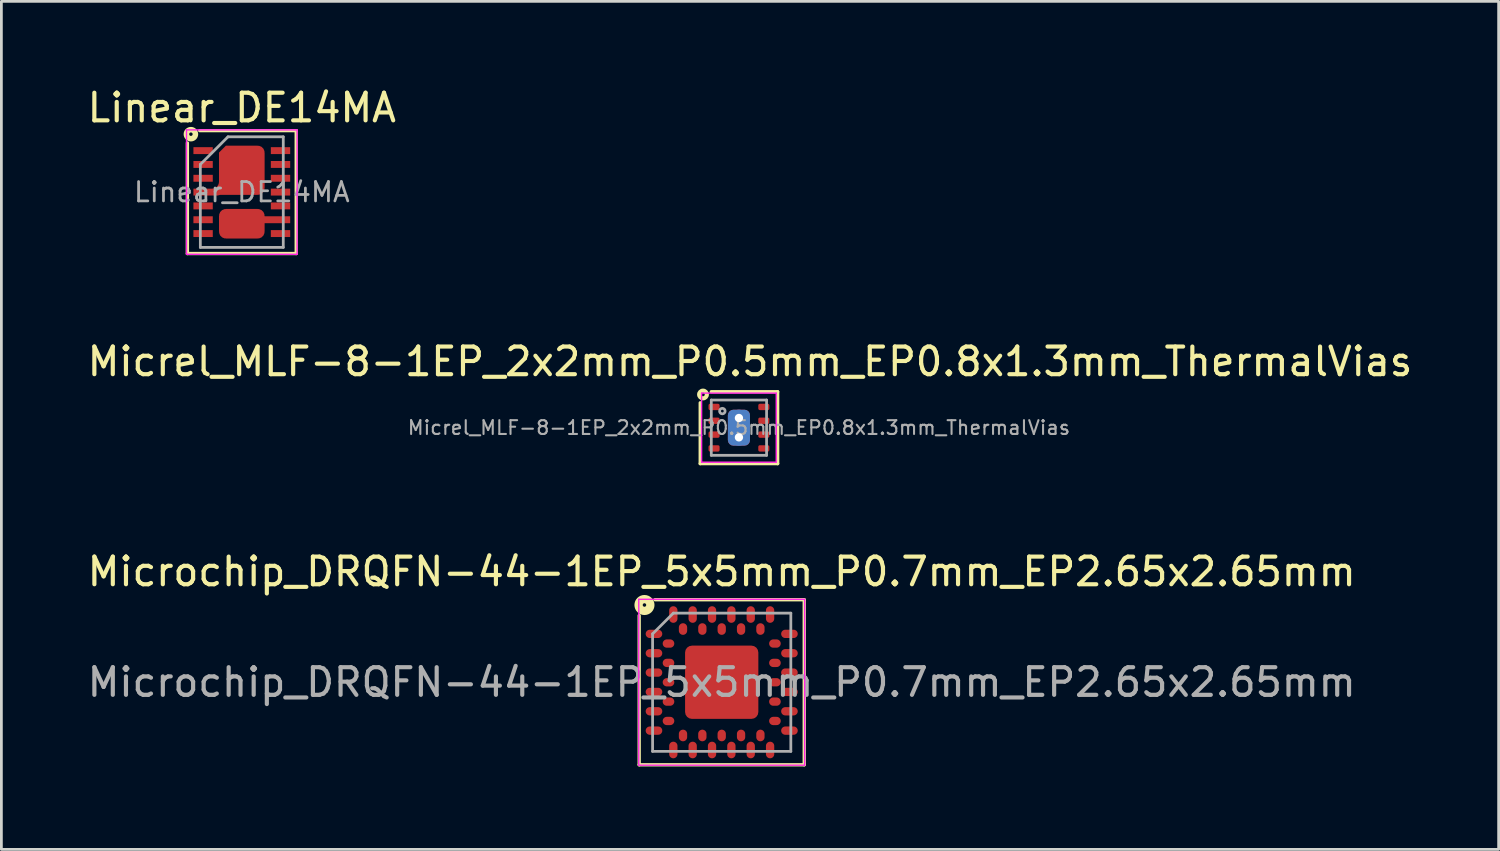
<source format=kicad_pcb>
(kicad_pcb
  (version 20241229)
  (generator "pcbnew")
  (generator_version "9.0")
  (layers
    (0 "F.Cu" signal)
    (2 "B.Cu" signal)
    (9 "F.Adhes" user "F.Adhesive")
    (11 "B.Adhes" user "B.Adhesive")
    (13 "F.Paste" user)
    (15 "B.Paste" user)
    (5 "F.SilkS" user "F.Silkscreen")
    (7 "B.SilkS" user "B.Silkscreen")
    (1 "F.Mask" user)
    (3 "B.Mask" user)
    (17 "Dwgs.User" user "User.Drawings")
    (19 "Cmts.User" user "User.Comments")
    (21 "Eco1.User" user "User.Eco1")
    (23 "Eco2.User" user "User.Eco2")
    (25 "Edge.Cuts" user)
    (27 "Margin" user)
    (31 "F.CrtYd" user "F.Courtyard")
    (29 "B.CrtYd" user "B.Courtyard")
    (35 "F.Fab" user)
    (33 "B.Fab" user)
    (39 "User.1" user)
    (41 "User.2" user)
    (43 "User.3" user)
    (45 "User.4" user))
  (footprint "Micrel_MLF-8-1EP_2x2mm_P0.5mm_EP0.8x1.3mm_ThermalVias"
    (layer "F.Cu")
    (at 23.677 12.419)
    (property "Reference" "Micrel_MLF-8-1EP_2x2mm_P0.5mm_EP0.8x1.3mm_ThermalVias" (at 0.4 -2.39 0) (layer "F.SilkS") (effects (font (size 1 1) (thickness 0.15))))
    (attr smd)
    (fp_line (start -1.4 1.3) (end -1.4 -0.9) (stroke (width 0.12) (type solid)) (layer "F.SilkS"))
    (fp_line (start -1 -1.3) (end 1.4 -1.3) (stroke (width 0.12) (type solid)) (layer "F.SilkS"))
    (fp_line (start 1.4 -1.3) (end 1.4 1.3) (stroke (width 0.12) (type solid)) (layer "F.SilkS"))
    (fp_line (start 1.4 1.3) (end -1.4 1.3) (stroke (width 0.12) (type solid)) (layer "F.SilkS"))
    (fp_circle (center -1.3 -1.2) (end -1.236 -1.2) (stroke (width 0.15) (type solid)) (fill no) (layer "F.SilkS"))
    (fp_line (start -1.35 -1.25) (end -1.35 1.25) (stroke (width 0.05) (type solid)) (layer "F.CrtYd"))
    (fp_line (start -1.35 -1.25) (end 1.35 -1.25) (stroke (width 0.05) (type solid)) (layer "F.CrtYd"))
    (fp_line (start 1.35 1.25) (end -1.35 1.25) (stroke (width 0.05) (type solid)) (layer "F.CrtYd"))
    (fp_line (start 1.35 1.25) (end 1.35 -1.25) (stroke (width 0.05) (type solid)) (layer "F.CrtYd"))
    (fp_line (start -1 -1) (end -1 1) (stroke (width 0.1) (type solid)) (layer "F.Fab"))
    (fp_line (start -1 -1) (end 1 -1) (stroke (width 0.1) (type solid)) (layer "F.Fab"))
    (fp_line (start 1 1) (end -1 1) (stroke (width 0.1) (type solid)) (layer "F.Fab"))
    (fp_line (start 1 1) (end 1 -1) (stroke (width 0.1) (type solid)) (layer "F.Fab"))
    (fp_circle (center -0.6 -0.6) (end -0.5 -0.6) (stroke (width 0.1) (type solid)) (fill no) (layer "F.Fab"))
    (fp_text user "${REFERENCE}" (at 0 0 0) (layer "F.Fab") (effects (font (size 0.5 0.5) (thickness 0.075))))
    (pad "" smd roundrect (at 0 -0.35) (size 0.55 0.55) (layers "F.Paste") (roundrect_rratio 0.25))
    (pad "" smd roundrect (at 0 0.35) (size 0.55 0.55) (layers "F.Paste") (roundrect_rratio 0.25))
    (pad "1" smd roundrect (at -0.9 -0.75) (size 0.4 0.23) (layers "F.Cu" "F.Mask" "F.Paste") (roundrect_rratio 0.25))
    (pad "2" smd roundrect (at -0.9 -0.25) (size 0.4 0.23) (layers "F.Cu" "F.Mask" "F.Paste") (roundrect_rratio 0.25))
    (pad "3" smd roundrect (at -0.9 0.25) (size 0.4 0.23) (layers "F.Cu" "F.Mask" "F.Paste") (roundrect_rratio 0.25))
    (pad "4" smd roundrect (at -0.9 0.75) (size 0.4 0.23) (layers "F.Cu" "F.Mask" "F.Paste") (roundrect_rratio 0.25))
    (pad "5" smd roundrect (at 0.9 0.75) (size 0.4 0.23) (layers "F.Cu" "F.Mask" "F.Paste") (roundrect_rratio 0.25))
    (pad "6" smd roundrect (at 0.9 0.25) (size 0.4 0.23) (layers "F.Cu" "F.Mask" "F.Paste") (roundrect_rratio 0.25))
    (pad "7" smd roundrect (at 0.9 -0.25) (size 0.4 0.23) (layers "F.Cu" "F.Mask" "F.Paste") (roundrect_rratio 0.25))
    (pad "8" smd roundrect (at 0.9 -0.75) (size 0.4 0.23) (layers "F.Cu" "F.Mask" "F.Paste") (roundrect_rratio 0.25))
    (pad "9" thru_hole circle (at 0 -0.35) (size 0.6 0.6) (drill 0.3) (property pad_prop_heatsink) (layers "*.Cu"))
    (pad "9" smd roundrect (at 0 0) (size 0.8 1.3) (layers "F.Cu" "F.Mask") (roundrect_rratio 0.25))
    (pad "9" smd roundrect (at 0 0) (size 0.8 1.3) (layers "B.Cu" "B.Mask") (roundrect_rratio 0.25))
    (pad "9" thru_hole circle (at 0 0.35) (size 0.6 0.6) (drill 0.3) (property pad_prop_heatsink) (layers "*.Cu")))
  (footprint "Linear_DE14MA"
    (layer "F.Cu")
    (at 5.696 3.898)
    (property "Reference" "Linear_DE14MA" (at 0 -3.05 0) (layer "F.SilkS") (effects (font (size 1 1) (thickness 0.15))))
    (attr smd)
    (fp_line (start -1.968 2.223) (end -1.968 -1.778) (stroke (width 0.12) (type solid)) (layer "F.SilkS"))
    (fp_line (start -1.524 -2.223) (end 1.968 -2.223) (stroke (width 0.12) (type solid)) (layer "F.SilkS"))
    (fp_line (start 1.968 -2.223) (end 1.968 2.223) (stroke (width 0.12) (type solid)) (layer "F.SilkS"))
    (fp_line (start 1.968 2.223) (end -1.968 2.223) (stroke (width 0.12) (type solid)) (layer "F.SilkS"))
    (fp_circle (center -1.841 -2.095) (end -1.778 -2.095) (stroke (width 0.2) (type solid)) (fill no) (layer "F.SilkS"))
    (fp_line (start -2 -2.25) (end -2 2.25) (stroke (width 0.05) (type solid)) (layer "F.CrtYd"))
    (fp_line (start -2 -2.25) (end 2 -2.25) (stroke (width 0.05) (type solid)) (layer "F.CrtYd"))
    (fp_line (start -2 2.25) (end 2 2.25) (stroke (width 0.05) (type solid)) (layer "F.CrtYd"))
    (fp_line (start 2 -2.25) (end 2 2.25) (stroke (width 0.05) (type solid)) (layer "F.CrtYd"))
    (fp_line (start -1.5 -1) (end -0.5 -2) (stroke (width 0.1) (type solid)) (layer "F.Fab"))
    (fp_line (start -1.5 2) (end -1.5 -1) (stroke (width 0.1) (type solid)) (layer "F.Fab"))
    (fp_line (start -0.5 -2) (end 1.5 -2) (stroke (width 0.1) (type solid)) (layer "F.Fab"))
    (fp_line (start 1.5 -2) (end 1.5 2) (stroke (width 0.1) (type solid)) (layer "F.Fab"))
    (fp_line (start 1.5 2) (end -1.5 2) (stroke (width 0.1) (type solid)) (layer "F.Fab"))
    (fp_text user "${REFERENCE}" (at 0 0 0) (layer "F.Fab") (effects (font (size 0.7 0.7) (thickness 0.1))))
    (pad "1" smd rect (at -1.4 -1.5) (size 0.7 0.25) (layers "F.Cu" "F.Mask" "F.Paste"))
    (pad "2" smd rect (at -1.4 -1) (size 0.7 0.25) (layers "F.Cu" "F.Mask" "F.Paste"))
    (pad "3" smd rect (at -1.4 -0.5) (size 0.7 0.25) (layers "F.Cu" "F.Mask" "F.Paste"))
    (pad "4" smd custom (at 0 -0.79) (size 1.65 1.28) (layers "F.Cu" "F.Mask" "F.Paste") (options (anchor rect)) (primitives (gr_circle (center 0.575 -0.64) (end 0.825 -0.64) (width 0) (fill yes)) (gr_circle (center 0.575 0.64) (end 0.825 0.64) (width 0) (fill yes)) (gr_poly (pts (xy -0.575 -0.89) (xy 0.575 -0.89) (xy 0.575 0.89) (xy -0.825 0.89) (xy -0.825 -0.64)) (width 0) (fill yes)) (gr_poly (pts (xy -0.78 0.665) (xy -1.75 0.665) (xy -1.75 0.915) (xy -0.88 0.915) (xy -0.78 0.89)) (width 0) (fill yes)) (gr_poly (pts (xy -1.075 0.665) (xy -1.025 0.66) (xy -0.977 0.645) (xy -0.935 0.622) (xy -0.897 0.591) (xy -0.866 0.552) (xy -0.844 0.511) (xy -0.83 0.464) (xy -0.825 0.415) (xy -0.825 0.665)) (width 0.001) (fill yes))))
    (pad "5" smd rect (at -1.4 0.5) (size 0.7 0.25) (layers "F.Cu" "F.Mask" "F.Paste"))
    (pad "6" smd rect (at -1.4 1) (size 0.7 0.25) (layers "F.Cu" "F.Mask" "F.Paste"))
    (pad "7" smd rect (at -1.4 1.5) (size 0.7 0.25) (layers "F.Cu" "F.Mask" "F.Paste"))
    (pad "8" smd rect (at 1.4 1.5) (size 0.7 0.25) (layers "F.Cu" "F.Mask" "F.Paste"))
    (pad "9" smd custom (at 0 1.145) (size 1.15 1.07) (layers "F.Cu" "F.Mask" "F.Paste") (options (anchor rect)) (primitives (gr_circle (center -0.575 -0.285) (end -0.325 -0.285) (width 0) (fill yes)) (gr_circle (center 0.575 -0.285) (end 0.825 -0.285) (width 0) (fill yes)) (gr_circle (center -0.575 0.285) (end -0.325 0.285) (width 0) (fill yes)) (gr_circle (center 0.575 0.285) (end 0.825 0.285) (width 0) (fill yes)) (gr_poly (pts (xy -0.825 -0.285) (xy 0.825 -0.285) (xy 0.825 0.285) (xy -0.825 0.285)) (width 0) (fill yes)) (gr_poly (pts (xy 0.825 -0.27) (xy 1.75 -0.27) (xy 1.75 -0.02) (xy 0.825 -0.02)) (width 0) (fill yes))))
    (pad "10" smd rect (at 1.4 0.5) (size 0.7 0.25) (layers "F.Cu" "F.Mask" "F.Paste"))
    (pad "11" smd rect (at 1.4 0) (size 0.7 0.25) (layers "F.Cu" "F.Mask" "F.Paste"))
    (pad "12" smd rect (at 1.4 -0.5) (size 0.7 0.25) (layers "F.Cu" "F.Mask" "F.Paste"))
    (pad "13" smd rect (at 1.4 -1) (size 0.7 0.25) (layers "F.Cu" "F.Mask" "F.Paste"))
    (pad "14" smd rect (at 1.4 -1.5) (size 0.7 0.25) (layers "F.Cu" "F.Mask" "F.Paste")))
  (footprint "Microchip_DRQFN-44-1EP_5x5mm_P0.7mm_EP2.65x2.65mm"
    (layer "F.Cu")
    (at 23.054 21.627)
    (property "Reference" "Microchip_DRQFN-44-1EP_5x5mm_P0.7mm_EP2.65x2.65mm" (at 0 -4 0) (layer "F.SilkS") (effects (font (size 1 1) (thickness 0.15))))
    (attr smd)
    (fp_line (start -2.985 2.985) (end -2.985 -2.413) (stroke (width 0.12) (type solid)) (layer "F.SilkS"))
    (fp_line (start -2.413 -2.985) (end 2.985 -2.985) (stroke (width 0.12) (type solid)) (layer "F.SilkS"))
    (fp_line (start 2.985 -2.985) (end 2.985 2.985) (stroke (width 0.12) (type solid)) (layer "F.SilkS"))
    (fp_line (start 2.985 2.985) (end -2.985 2.985) (stroke (width 0.12) (type solid)) (layer "F.SilkS"))
    (fp_circle (center -2.794 -2.794) (end -2.731 -2.794) (stroke (width 0.3) (type solid)) (fill no) (layer "F.SilkS"))
    (fp_line (start -3 -3) (end 3 -3) (stroke (width 0.05) (type solid)) (layer "F.CrtYd"))
    (fp_line (start -3 3) (end -3 -3) (stroke (width 0.05) (type solid)) (layer "F.CrtYd"))
    (fp_line (start 3 -3) (end 3 3) (stroke (width 0.05) (type solid)) (layer "F.CrtYd"))
    (fp_line (start 3 3) (end -3 3) (stroke (width 0.05) (type solid)) (layer "F.CrtYd"))
    (fp_line (start -2.5 -1.75) (end -1.75 -2.5) (stroke (width 0.1) (type solid)) (layer "F.Fab"))
    (fp_line (start -2.5 2.5) (end -2.5 -1.75) (stroke (width 0.1) (type solid)) (layer "F.Fab"))
    (fp_line (start -1.75 -2.5) (end 2.5 -2.5) (stroke (width 0.1) (type solid)) (layer "F.Fab"))
    (fp_line (start 2.5 -2.5) (end 2.5 2.5) (stroke (width 0.1) (type solid)) (layer "F.Fab"))
    (fp_line (start 2.5 2.5) (end -2.5 2.5) (stroke (width 0.1) (type solid)) (layer "F.Fab"))
    (fp_text user "${REFERENCE}" (at 0 0 0) (layer "F.Fab") (effects (font (size 1 1) (thickness 0.15))))
    (pad "" smd roundrect (at -0.65 -0.65) (size 1.1 1.1) (layers "F.Paste") (roundrect_rratio 0.1))
    (pad "" smd roundrect (at -0.65 0.65) (size 1.1 1.1) (layers "F.Paste") (roundrect_rratio 0.1))
    (pad "" smd roundrect (at 0.65 -0.65) (size 1.1 1.1) (layers "F.Paste") (roundrect_rratio 0.1))
    (pad "" smd roundrect (at 0.65 0.65) (size 1.1 1.1) (layers "F.Paste") (roundrect_rratio 0.1))
    (pad "A1" smd oval (at -2.45 -1.75) (size 0.6 0.3) (layers "F.Cu" "F.Mask" "F.Paste"))
    (pad "A2" smd oval (at -2.45 -1.05) (size 0.6 0.3) (layers "F.Cu" "F.Mask" "F.Paste"))
    (pad "A3" smd oval (at -2.45 -0.35) (size 0.6 0.3) (layers "F.Cu" "F.Mask" "F.Paste"))
    (pad "A4" smd oval (at -2.45 0.35) (size 0.6 0.3) (layers "F.Cu" "F.Mask" "F.Paste"))
    (pad "A5" smd oval (at -2.45 1.05) (size 0.6 0.3) (layers "F.Cu" "F.Mask" "F.Paste"))
    (pad "A6" smd oval (at -2.45 1.75) (size 0.6 0.3) (layers "F.Cu" "F.Mask" "F.Paste"))
    (pad "A7" smd oval (at -1.75 2.45) (size 0.3 0.6) (layers "F.Cu" "F.Mask" "F.Paste"))
    (pad "A8" smd oval (at -1.05 2.45) (size 0.3 0.6) (layers "F.Cu" "F.Mask" "F.Paste"))
    (pad "A9" smd oval (at -0.35 2.45) (size 0.3 0.6) (layers "F.Cu" "F.Mask" "F.Paste"))
    (pad "A10" smd oval (at 0.35 2.45) (size 0.3 0.6) (layers "F.Cu" "F.Mask" "F.Paste"))
    (pad "A11" smd oval (at 1.05 2.45) (size 0.3 0.6) (layers "F.Cu" "F.Mask" "F.Paste"))
    (pad "A12" smd oval (at 1.75 2.45) (size 0.3 0.6) (layers "F.Cu" "F.Mask" "F.Paste"))
    (pad "A13" smd oval (at 2.45 1.75) (size 0.6 0.3) (layers "F.Cu" "F.Mask" "F.Paste"))
    (pad "A14" smd oval (at 2.45 1.05) (size 0.6 0.3) (layers "F.Cu" "F.Mask" "F.Paste"))
    (pad "A15" smd oval (at 2.45 0.35) (size 0.6 0.3) (layers "F.Cu" "F.Mask" "F.Paste"))
    (pad "A16" smd oval (at 2.45 -0.35) (size 0.6 0.3) (layers "F.Cu" "F.Mask" "F.Paste"))
    (pad "A17" smd oval (at 2.45 -1.05) (size 0.6 0.3) (layers "F.Cu" "F.Mask" "F.Paste"))
    (pad "A18" smd oval (at 2.45 -1.75) (size 0.6 0.3) (layers "F.Cu" "F.Mask" "F.Paste"))
    (pad "A19" smd oval (at 1.75 -2.45) (size 0.3 0.6) (layers "F.Cu" "F.Mask" "F.Paste"))
    (pad "A20" smd oval (at 1.05 -2.45) (size 0.3 0.6) (layers "F.Cu" "F.Mask" "F.Paste"))
    (pad "A21" smd oval (at 0.35 -2.45) (size 0.3 0.6) (layers "F.Cu" "F.Mask" "F.Paste"))
    (pad "A22" smd oval (at -0.35 -2.45) (size 0.3 0.6) (layers "F.Cu" "F.Mask" "F.Paste"))
    (pad "A23" smd oval (at -1.05 -2.45) (size 0.3 0.6) (layers "F.Cu" "F.Mask" "F.Paste"))
    (pad "A24" smd oval (at -1.75 -2.45) (size 0.3 0.6) (layers "F.Cu" "F.Mask" "F.Paste"))
    (pad "B1" smd oval (at -1.925 -1.4) (size 0.42 0.3) (layers "F.Cu" "F.Mask" "F.Paste"))
    (pad "B2" smd oval (at -1.925 -0.7) (size 0.42 0.3) (layers "F.Cu" "F.Mask" "F.Paste"))
    (pad "B3" smd oval (at -1.925 0) (size 0.42 0.3) (layers "F.Cu" "F.Mask" "F.Paste"))
    (pad "B4" smd oval (at -1.925 0.7) (size 0.42 0.3) (layers "F.Cu" "F.Mask" "F.Paste"))
    (pad "B5" smd oval (at -1.925 1.4) (size 0.42 0.3) (layers "F.Cu" "F.Mask" "F.Paste"))
    (pad "B6" smd oval (at -1.4 1.925) (size 0.3 0.42) (layers "F.Cu" "F.Mask" "F.Paste"))
    (pad "B7" smd oval (at -0.7 1.925) (size 0.3 0.42) (layers "F.Cu" "F.Mask" "F.Paste"))
    (pad "B8" smd oval (at 0 1.925) (size 0.3 0.42) (layers "F.Cu" "F.Mask" "F.Paste"))
    (pad "B9" smd oval (at 0.7 1.925) (size 0.3 0.42) (layers "F.Cu" "F.Mask" "F.Paste"))
    (pad "B10" smd oval (at 1.4 1.925) (size 0.3 0.42) (layers "F.Cu" "F.Mask" "F.Paste"))
    (pad "B11" smd oval (at 1.925 1.4) (size 0.42 0.3) (layers "F.Cu" "F.Mask" "F.Paste"))
    (pad "B12" smd oval (at 1.925 0.7) (size 0.42 0.3) (layers "F.Cu" "F.Mask" "F.Paste"))
    (pad "B13" smd oval (at 1.925 0) (size 0.42 0.3) (layers "F.Cu" "F.Mask" "F.Paste"))
    (pad "B14" smd oval (at 1.925 -0.7) (size 0.42 0.3) (layers "F.Cu" "F.Mask" "F.Paste"))
    (pad "B15" smd oval (at 1.925 -1.4) (size 0.42 0.3) (layers "F.Cu" "F.Mask" "F.Paste"))
    (pad "B16" smd oval (at 1.4 -1.925) (size 0.3 0.42) (layers "F.Cu" "F.Mask" "F.Paste"))
    (pad "B17" smd oval (at 0.7 -1.925) (size 0.3 0.42) (layers "F.Cu" "F.Mask" "F.Paste"))
    (pad "B18" smd oval (at 0 -1.925) (size 0.3 0.42) (layers "F.Cu" "F.Mask" "F.Paste"))
    (pad "B19" smd oval (at -0.7 -1.925) (size 0.3 0.42) (layers "F.Cu" "F.Mask" "F.Paste"))
    (pad "B20" smd oval (at -1.4 -1.925) (size 0.3 0.42) (layers "F.Cu" "F.Mask" "F.Paste"))
    (pad "EP" smd roundrect (at 0 0) (size 2.65 2.65) (layers "F.Cu" "F.Mask") (roundrect_rratio 0.094)))
  (gr_rect
    (start -3 -3)
    (end 51.155 27.672)
    (stroke (width 0.1) (type default))
    (fill no)
    (layer "Edge.Cuts")))
</source>
